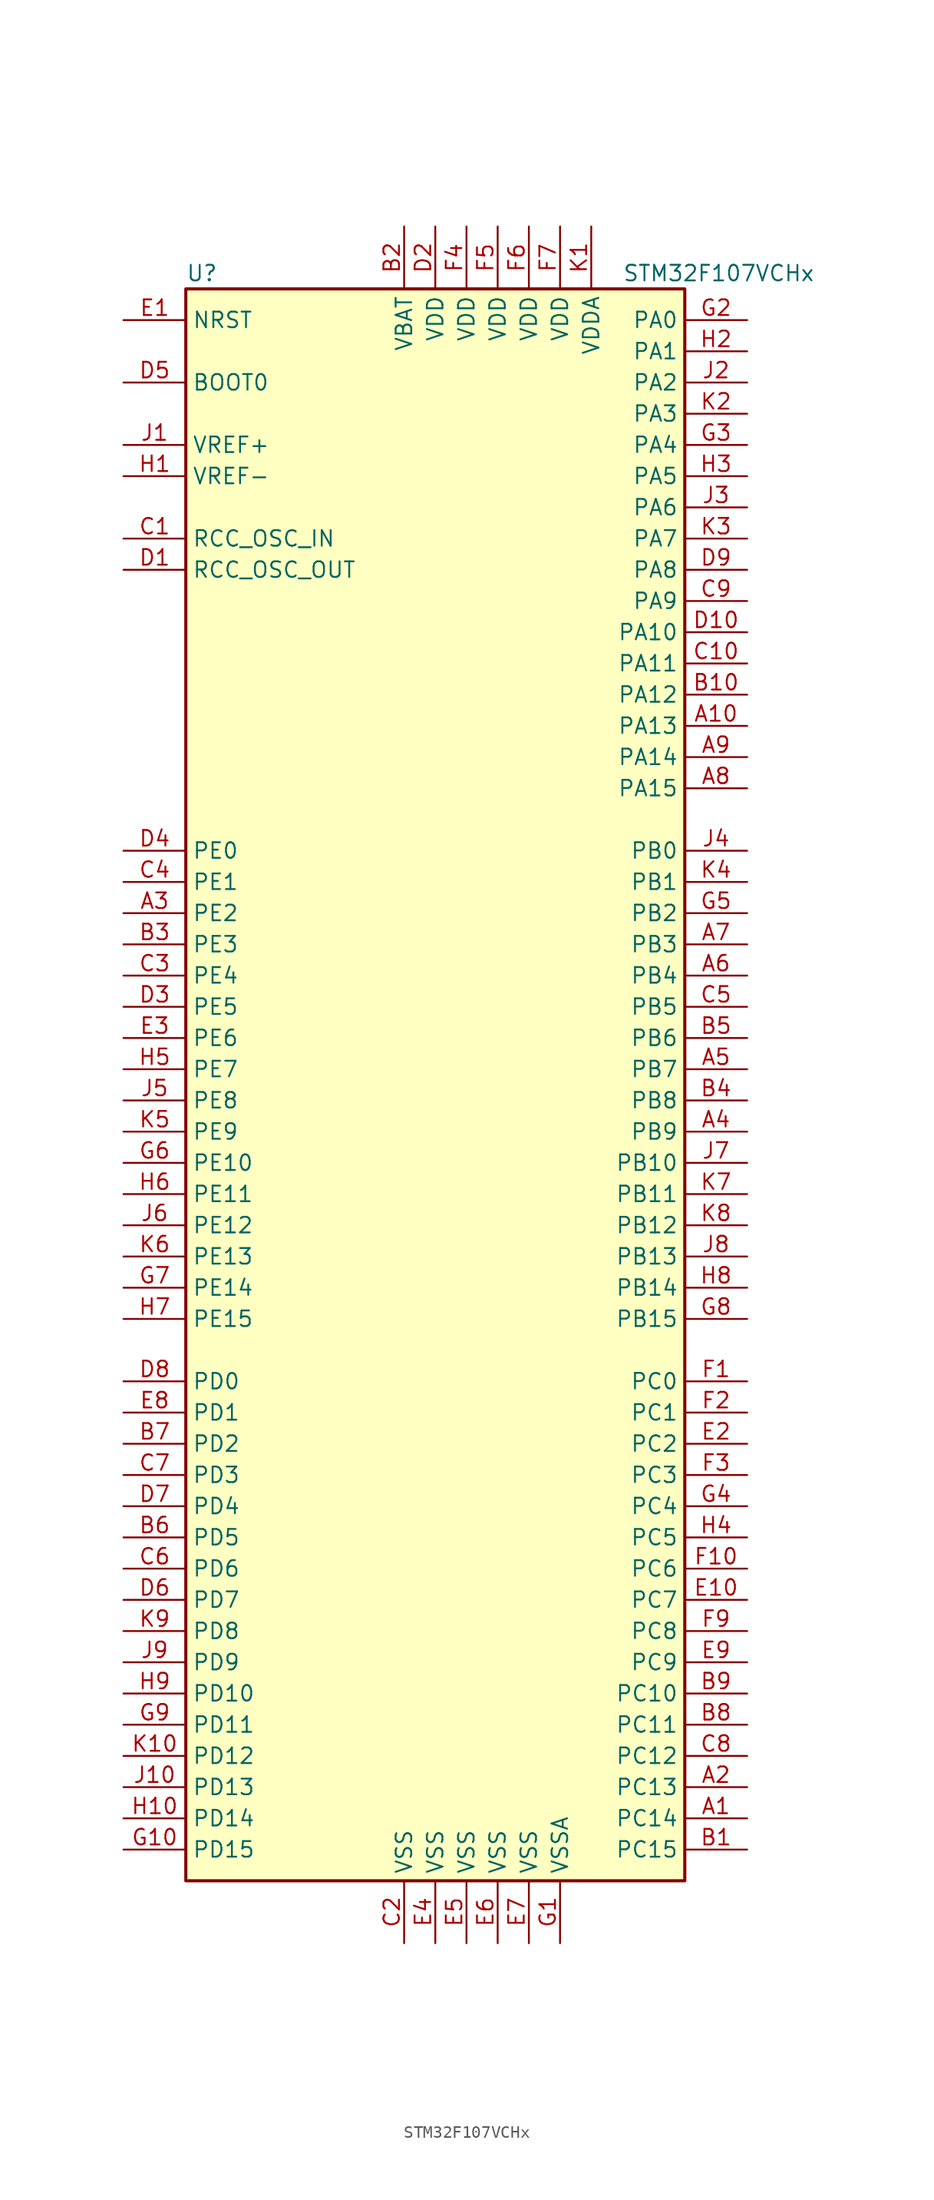
<source format=kicad_sym>
(kicad_symbol_lib
  (version 20201005)
  (generator kicad_symbol_editor)
  (symbol "MCU_ST_STM32F1:STM32F107VCHx"
    (property "Reference" "U"
      (at -20.32 64.77 0)
      (effects (font (size 1.27 1.27)) (justify left)))
    (property "Value" "STM32F107VCHx"
      (at 15.24 64.77 0)
      (effects (font (size 1.27 1.27)) (justify left)))
    (symbol "STM32F107VCHx_0_1"
      (rectangle (start -20.32 -66.04) (end 20.32 63.5) (stroke (width 0.254)) (fill (type background))))
    (symbol "STM32F107VCHx_1_1"
      (pin input line (at -25.4 55.88 0) (length 5.08) (name "BOOT0" (effects (font (size 1.27 1.27)))) (number "D5" (effects (font (size 1.27 1.27)))))
      (pin no_connect line (at -20.32 -63.5 0) (length 5.08) hide (name "NC" (effects (font (size 1.27 1.27)))) (number "F8" (effects (font (size 1.27 1.27)))))
      (pin input line (at -25.4 60.96 0) (length 5.08) (name "NRST" (effects (font (size 1.27 1.27)))) (number "E1" (effects (font (size 1.27 1.27)))))
      (pin bidirectional line (at 25.4 60.96 180) (length 5.08) (name "PA0" (effects (font (size 1.27 1.27)))) (number "G2" (effects (font (size 1.27 1.27)))))
      (pin bidirectional line (at 25.4 58.42 180) (length 5.08) (name "PA1" (effects (font (size 1.27 1.27)))) (number "H2" (effects (font (size 1.27 1.27)))))
      (pin bidirectional line (at 25.4 35.56 180) (length 5.08) (name "PA10" (effects (font (size 1.27 1.27)))) (number "D10" (effects (font (size 1.27 1.27)))))
      (pin bidirectional line (at 25.4 33.02 180) (length 5.08) (name "PA11" (effects (font (size 1.27 1.27)))) (number "C10" (effects (font (size 1.27 1.27)))))
      (pin bidirectional line (at 25.4 30.48 180) (length 5.08) (name "PA12" (effects (font (size 1.27 1.27)))) (number "B10" (effects (font (size 1.27 1.27)))))
      (pin bidirectional line (at 25.4 27.94 180) (length 5.08) (name "PA13" (effects (font (size 1.27 1.27)))) (number "A10" (effects (font (size 1.27 1.27)))))
      (pin bidirectional line (at 25.4 25.4 180) (length 5.08) (name "PA14" (effects (font (size 1.27 1.27)))) (number "A9" (effects (font (size 1.27 1.27)))))
      (pin bidirectional line (at 25.4 22.86 180) (length 5.08) (name "PA15" (effects (font (size 1.27 1.27)))) (number "A8" (effects (font (size 1.27 1.27)))))
      (pin bidirectional line (at 25.4 55.88 180) (length 5.08) (name "PA2" (effects (font (size 1.27 1.27)))) (number "J2" (effects (font (size 1.27 1.27)))))
      (pin bidirectional line (at 25.4 53.34 180) (length 5.08) (name "PA3" (effects (font (size 1.27 1.27)))) (number "K2" (effects (font (size 1.27 1.27)))))
      (pin bidirectional line (at 25.4 50.8 180) (length 5.08) (name "PA4" (effects (font (size 1.27 1.27)))) (number "G3" (effects (font (size 1.27 1.27)))))
      (pin bidirectional line (at 25.4 48.26 180) (length 5.08) (name "PA5" (effects (font (size 1.27 1.27)))) (number "H3" (effects (font (size 1.27 1.27)))))
      (pin bidirectional line (at 25.4 45.72 180) (length 5.08) (name "PA6" (effects (font (size 1.27 1.27)))) (number "J3" (effects (font (size 1.27 1.27)))))
      (pin bidirectional line (at 25.4 43.18 180) (length 5.08) (name "PA7" (effects (font (size 1.27 1.27)))) (number "K3" (effects (font (size 1.27 1.27)))))
      (pin bidirectional line (at 25.4 40.64 180) (length 5.08) (name "PA8" (effects (font (size 1.27 1.27)))) (number "D9" (effects (font (size 1.27 1.27)))))
      (pin bidirectional line (at 25.4 38.1 180) (length 5.08) (name "PA9" (effects (font (size 1.27 1.27)))) (number "C9" (effects (font (size 1.27 1.27)))))
      (pin bidirectional line (at 25.4 17.78 180) (length 5.08) (name "PB0" (effects (font (size 1.27 1.27)))) (number "J4" (effects (font (size 1.27 1.27)))))
      (pin bidirectional line (at 25.4 15.24 180) (length 5.08) (name "PB1" (effects (font (size 1.27 1.27)))) (number "K4" (effects (font (size 1.27 1.27)))))
      (pin bidirectional line (at 25.4 -7.62 180) (length 5.08) (name "PB10" (effects (font (size 1.27 1.27)))) (number "J7" (effects (font (size 1.27 1.27)))))
      (pin bidirectional line (at 25.4 -10.16 180) (length 5.08) (name "PB11" (effects (font (size 1.27 1.27)))) (number "K7" (effects (font (size 1.27 1.27)))))
      (pin bidirectional line (at 25.4 -12.7 180) (length 5.08) (name "PB12" (effects (font (size 1.27 1.27)))) (number "K8" (effects (font (size 1.27 1.27)))))
      (pin bidirectional line (at 25.4 -15.24 180) (length 5.08) (name "PB13" (effects (font (size 1.27 1.27)))) (number "J8" (effects (font (size 1.27 1.27)))))
      (pin bidirectional line (at 25.4 -17.78 180) (length 5.08) (name "PB14" (effects (font (size 1.27 1.27)))) (number "H8" (effects (font (size 1.27 1.27)))))
      (pin bidirectional line (at 25.4 -20.32 180) (length 5.08) (name "PB15" (effects (font (size 1.27 1.27)))) (number "G8" (effects (font (size 1.27 1.27)))))
      (pin bidirectional line (at 25.4 12.7 180) (length 5.08) (name "PB2" (effects (font (size 1.27 1.27)))) (number "G5" (effects (font (size 1.27 1.27)))))
      (pin bidirectional line (at 25.4 10.16 180) (length 5.08) (name "PB3" (effects (font (size 1.27 1.27)))) (number "A7" (effects (font (size 1.27 1.27)))))
      (pin bidirectional line (at 25.4 7.62 180) (length 5.08) (name "PB4" (effects (font (size 1.27 1.27)))) (number "A6" (effects (font (size 1.27 1.27)))))
      (pin bidirectional line (at 25.4 5.08 180) (length 5.08) (name "PB5" (effects (font (size 1.27 1.27)))) (number "C5" (effects (font (size 1.27 1.27)))))
      (pin bidirectional line (at 25.4 2.54 180) (length 5.08) (name "PB6" (effects (font (size 1.27 1.27)))) (number "B5" (effects (font (size 1.27 1.27)))))
      (pin bidirectional line (at 25.4 0 180) (length 5.08) (name "PB7" (effects (font (size 1.27 1.27)))) (number "A5" (effects (font (size 1.27 1.27)))))
      (pin bidirectional line (at 25.4 -2.54 180) (length 5.08) (name "PB8" (effects (font (size 1.27 1.27)))) (number "B4" (effects (font (size 1.27 1.27)))))
      (pin bidirectional line (at 25.4 -5.08 180) (length 5.08) (name "PB9" (effects (font (size 1.27 1.27)))) (number "A4" (effects (font (size 1.27 1.27)))))
      (pin bidirectional line (at 25.4 -25.4 180) (length 5.08) (name "PC0" (effects (font (size 1.27 1.27)))) (number "F1" (effects (font (size 1.27 1.27)))))
      (pin bidirectional line (at 25.4 -27.94 180) (length 5.08) (name "PC1" (effects (font (size 1.27 1.27)))) (number "F2" (effects (font (size 1.27 1.27)))))
      (pin bidirectional line (at 25.4 -50.8 180) (length 5.08) (name "PC10" (effects (font (size 1.27 1.27)))) (number "B9" (effects (font (size 1.27 1.27)))))
      (pin bidirectional line (at 25.4 -53.34 180) (length 5.08) (name "PC11" (effects (font (size 1.27 1.27)))) (number "B8" (effects (font (size 1.27 1.27)))))
      (pin bidirectional line (at 25.4 -55.88 180) (length 5.08) (name "PC12" (effects (font (size 1.27 1.27)))) (number "C8" (effects (font (size 1.27 1.27)))))
      (pin bidirectional line (at 25.4 -58.42 180) (length 5.08) (name "PC13" (effects (font (size 1.27 1.27)))) (number "A2" (effects (font (size 1.27 1.27)))))
      (pin bidirectional line (at 25.4 -60.96 180) (length 5.08) (name "PC14" (effects (font (size 1.27 1.27)))) (number "A1" (effects (font (size 1.27 1.27)))))
      (pin bidirectional line (at 25.4 -63.5 180) (length 5.08) (name "PC15" (effects (font (size 1.27 1.27)))) (number "B1" (effects (font (size 1.27 1.27)))))
      (pin bidirectional line (at 25.4 -30.48 180) (length 5.08) (name "PC2" (effects (font (size 1.27 1.27)))) (number "E2" (effects (font (size 1.27 1.27)))))
      (pin bidirectional line (at 25.4 -33.02 180) (length 5.08) (name "PC3" (effects (font (size 1.27 1.27)))) (number "F3" (effects (font (size 1.27 1.27)))))
      (pin bidirectional line (at 25.4 -35.56 180) (length 5.08) (name "PC4" (effects (font (size 1.27 1.27)))) (number "G4" (effects (font (size 1.27 1.27)))))
      (pin bidirectional line (at 25.4 -38.1 180) (length 5.08) (name "PC5" (effects (font (size 1.27 1.27)))) (number "H4" (effects (font (size 1.27 1.27)))))
      (pin bidirectional line (at 25.4 -40.64 180) (length 5.08) (name "PC6" (effects (font (size 1.27 1.27)))) (number "F10" (effects (font (size 1.27 1.27)))))
      (pin bidirectional line (at 25.4 -43.18 180) (length 5.08) (name "PC7" (effects (font (size 1.27 1.27)))) (number "E10" (effects (font (size 1.27 1.27)))))
      (pin bidirectional line (at 25.4 -45.72 180) (length 5.08) (name "PC8" (effects (font (size 1.27 1.27)))) (number "F9" (effects (font (size 1.27 1.27)))))
      (pin bidirectional line (at 25.4 -48.26 180) (length 5.08) (name "PC9" (effects (font (size 1.27 1.27)))) (number "E9" (effects (font (size 1.27 1.27)))))
      (pin bidirectional line (at -25.4 -25.4 0) (length 5.08) (name "PD0" (effects (font (size 1.27 1.27)))) (number "D8" (effects (font (size 1.27 1.27)))))
      (pin bidirectional line (at -25.4 -27.94 0) (length 5.08) (name "PD1" (effects (font (size 1.27 1.27)))) (number "E8" (effects (font (size 1.27 1.27)))))
      (pin bidirectional line (at -25.4 -50.8 0) (length 5.08) (name "PD10" (effects (font (size 1.27 1.27)))) (number "H9" (effects (font (size 1.27 1.27)))))
      (pin bidirectional line (at -25.4 -53.34 0) (length 5.08) (name "PD11" (effects (font (size 1.27 1.27)))) (number "G9" (effects (font (size 1.27 1.27)))))
      (pin bidirectional line (at -25.4 -55.88 0) (length 5.08) (name "PD12" (effects (font (size 1.27 1.27)))) (number "K10" (effects (font (size 1.27 1.27)))))
      (pin bidirectional line (at -25.4 -58.42 0) (length 5.08) (name "PD13" (effects (font (size 1.27 1.27)))) (number "J10" (effects (font (size 1.27 1.27)))))
      (pin bidirectional line (at -25.4 -60.96 0) (length 5.08) (name "PD14" (effects (font (size 1.27 1.27)))) (number "H10" (effects (font (size 1.27 1.27)))))
      (pin bidirectional line (at -25.4 -63.5 0) (length 5.08) (name "PD15" (effects (font (size 1.27 1.27)))) (number "G10" (effects (font (size 1.27 1.27)))))
      (pin bidirectional line (at -25.4 -30.48 0) (length 5.08) (name "PD2" (effects (font (size 1.27 1.27)))) (number "B7" (effects (font (size 1.27 1.27)))))
      (pin bidirectional line (at -25.4 -33.02 0) (length 5.08) (name "PD3" (effects (font (size 1.27 1.27)))) (number "C7" (effects (font (size 1.27 1.27)))))
      (pin bidirectional line (at -25.4 -35.56 0) (length 5.08) (name "PD4" (effects (font (size 1.27 1.27)))) (number "D7" (effects (font (size 1.27 1.27)))))
      (pin bidirectional line (at -25.4 -38.1 0) (length 5.08) (name "PD5" (effects (font (size 1.27 1.27)))) (number "B6" (effects (font (size 1.27 1.27)))))
      (pin bidirectional line (at -25.4 -40.64 0) (length 5.08) (name "PD6" (effects (font (size 1.27 1.27)))) (number "C6" (effects (font (size 1.27 1.27)))))
      (pin bidirectional line (at -25.4 -43.18 0) (length 5.08) (name "PD7" (effects (font (size 1.27 1.27)))) (number "D6" (effects (font (size 1.27 1.27)))))
      (pin bidirectional line (at -25.4 -45.72 0) (length 5.08) (name "PD8" (effects (font (size 1.27 1.27)))) (number "K9" (effects (font (size 1.27 1.27)))))
      (pin bidirectional line (at -25.4 -48.26 0) (length 5.08) (name "PD9" (effects (font (size 1.27 1.27)))) (number "J9" (effects (font (size 1.27 1.27)))))
      (pin bidirectional line (at -25.4 17.78 0) (length 5.08) (name "PE0" (effects (font (size 1.27 1.27)))) (number "D4" (effects (font (size 1.27 1.27)))))
      (pin bidirectional line (at -25.4 15.24 0) (length 5.08) (name "PE1" (effects (font (size 1.27 1.27)))) (number "C4" (effects (font (size 1.27 1.27)))))
      (pin bidirectional line (at -25.4 -7.62 0) (length 5.08) (name "PE10" (effects (font (size 1.27 1.27)))) (number "G6" (effects (font (size 1.27 1.27)))))
      (pin bidirectional line (at -25.4 -10.16 0) (length 5.08) (name "PE11" (effects (font (size 1.27 1.27)))) (number "H6" (effects (font (size 1.27 1.27)))))
      (pin bidirectional line (at -25.4 -12.7 0) (length 5.08) (name "PE12" (effects (font (size 1.27 1.27)))) (number "J6" (effects (font (size 1.27 1.27)))))
      (pin bidirectional line (at -25.4 -15.24 0) (length 5.08) (name "PE13" (effects (font (size 1.27 1.27)))) (number "K6" (effects (font (size 1.27 1.27)))))
      (pin bidirectional line (at -25.4 -17.78 0) (length 5.08) (name "PE14" (effects (font (size 1.27 1.27)))) (number "G7" (effects (font (size 1.27 1.27)))))
      (pin bidirectional line (at -25.4 -20.32 0) (length 5.08) (name "PE15" (effects (font (size 1.27 1.27)))) (number "H7" (effects (font (size 1.27 1.27)))))
      (pin bidirectional line (at -25.4 12.7 0) (length 5.08) (name "PE2" (effects (font (size 1.27 1.27)))) (number "A3" (effects (font (size 1.27 1.27)))))
      (pin bidirectional line (at -25.4 10.16 0) (length 5.08) (name "PE3" (effects (font (size 1.27 1.27)))) (number "B3" (effects (font (size 1.27 1.27)))))
      (pin bidirectional line (at -25.4 7.62 0) (length 5.08) (name "PE4" (effects (font (size 1.27 1.27)))) (number "C3" (effects (font (size 1.27 1.27)))))
      (pin bidirectional line (at -25.4 5.08 0) (length 5.08) (name "PE5" (effects (font (size 1.27 1.27)))) (number "D3" (effects (font (size 1.27 1.27)))))
      (pin bidirectional line (at -25.4 2.54 0) (length 5.08) (name "PE6" (effects (font (size 1.27 1.27)))) (number "E3" (effects (font (size 1.27 1.27)))))
      (pin bidirectional line (at -25.4 0 0) (length 5.08) (name "PE7" (effects (font (size 1.27 1.27)))) (number "H5" (effects (font (size 1.27 1.27)))))
      (pin bidirectional line (at -25.4 -2.54 0) (length 5.08) (name "PE8" (effects (font (size 1.27 1.27)))) (number "J5" (effects (font (size 1.27 1.27)))))
      (pin bidirectional line (at -25.4 -5.08 0) (length 5.08) (name "PE9" (effects (font (size 1.27 1.27)))) (number "K5" (effects (font (size 1.27 1.27)))))
      (pin input line (at -25.4 43.18 0) (length 5.08) (name "RCC_OSC_IN" (effects (font (size 1.27 1.27)))) (number "C1" (effects (font (size 1.27 1.27)))))
      (pin input line (at -25.4 40.64 0) (length 5.08) (name "RCC_OSC_OUT" (effects (font (size 1.27 1.27)))) (number "D1" (effects (font (size 1.27 1.27)))))
      (pin power_in line (at -2.54 68.58 270) (length 5.08) (name "VBAT" (effects (font (size 1.27 1.27)))) (number "B2" (effects (font (size 1.27 1.27)))))
      (pin power_in line (at 0 68.58 270) (length 5.08) (name "VDD" (effects (font (size 1.27 1.27)))) (number "D2" (effects (font (size 1.27 1.27)))))
      (pin power_in line (at 2.54 68.58 270) (length 5.08) (name "VDD" (effects (font (size 1.27 1.27)))) (number "F4" (effects (font (size 1.27 1.27)))))
      (pin power_in line (at 5.08 68.58 270) (length 5.08) (name "VDD" (effects (font (size 1.27 1.27)))) (number "F5" (effects (font (size 1.27 1.27)))))
      (pin power_in line (at 7.62 68.58 270) (length 5.08) (name "VDD" (effects (font (size 1.27 1.27)))) (number "F6" (effects (font (size 1.27 1.27)))))
      (pin power_in line (at 10.16 68.58 270) (length 5.08) (name "VDD" (effects (font (size 1.27 1.27)))) (number "F7" (effects (font (size 1.27 1.27)))))
      (pin power_in line (at 12.7 68.58 270) (length 5.08) (name "VDDA" (effects (font (size 1.27 1.27)))) (number "K1" (effects (font (size 1.27 1.27)))))
      (pin power_in line (at -25.4 50.8 0) (length 5.08) (name "VREF+" (effects (font (size 1.27 1.27)))) (number "J1" (effects (font (size 1.27 1.27)))))
      (pin power_in line (at -25.4 48.26 0) (length 5.08) (name "VREF-" (effects (font (size 1.27 1.27)))) (number "H1" (effects (font (size 1.27 1.27)))))
      (pin power_in line (at -2.54 -71.12 90) (length 5.08) (name "VSS" (effects (font (size 1.27 1.27)))) (number "C2" (effects (font (size 1.27 1.27)))))
      (pin power_in line (at 0 -71.12 90) (length 5.08) (name "VSS" (effects (font (size 1.27 1.27)))) (number "E4" (effects (font (size 1.27 1.27)))))
      (pin power_in line (at 2.54 -71.12 90) (length 5.08) (name "VSS" (effects (font (size 1.27 1.27)))) (number "E5" (effects (font (size 1.27 1.27)))))
      (pin power_in line (at 5.08 -71.12 90) (length 5.08) (name "VSS" (effects (font (size 1.27 1.27)))) (number "E6" (effects (font (size 1.27 1.27)))))
      (pin power_in line (at 7.62 -71.12 90) (length 5.08) (name "VSS" (effects (font (size 1.27 1.27)))) (number "E7" (effects (font (size 1.27 1.27)))))
      (pin power_in line (at 10.16 -71.12 90) (length 5.08) (name "VSSA" (effects (font (size 1.27 1.27)))) (number "G1" (effects (font (size 1.27 1.27))))))))
</source>
